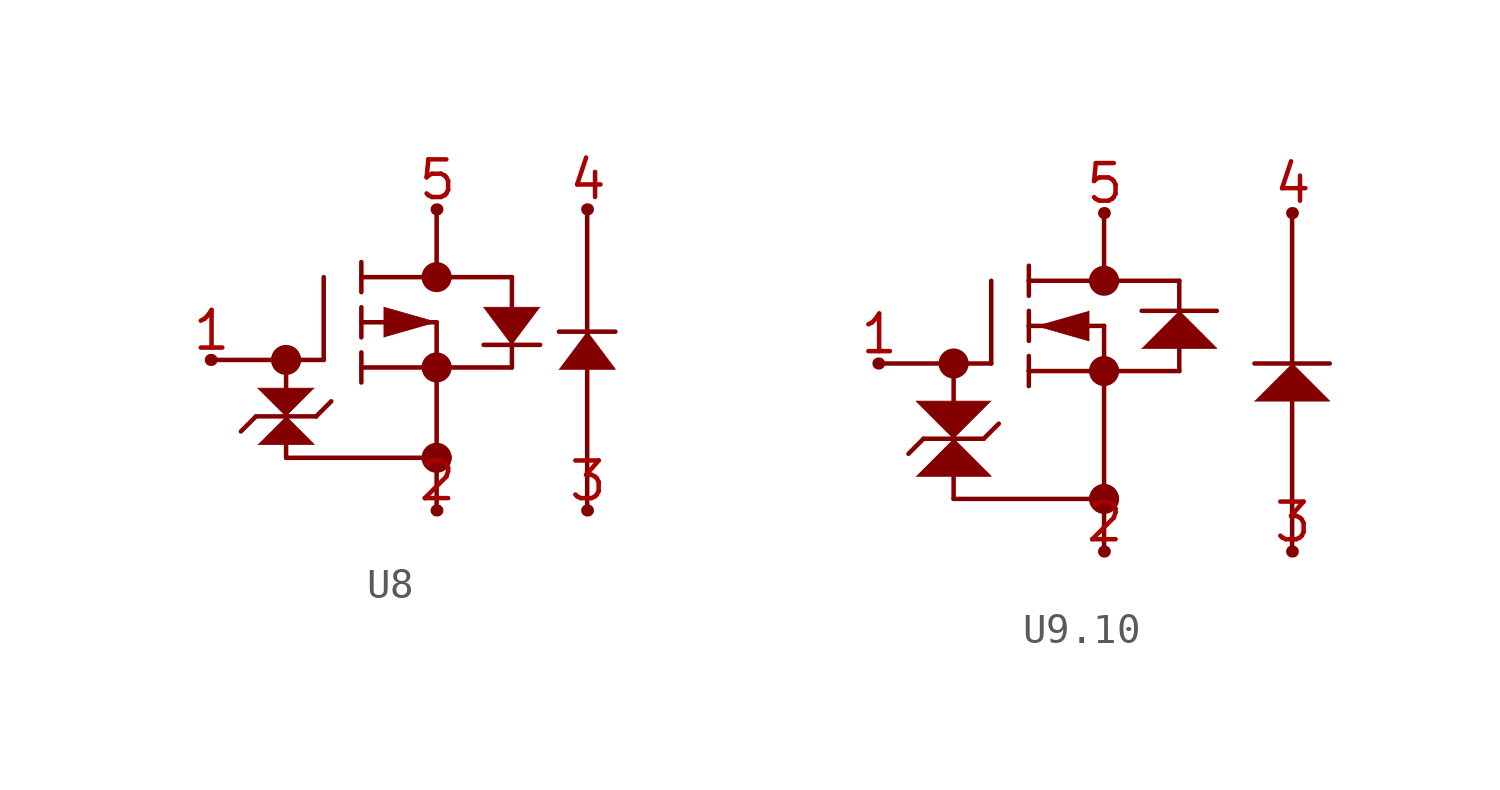
<source format=kicad_sym>
(kicad_symbol_lib
  (version 20231120)
  (generator "kicad_symbol_editor")
  (generator_version "8.0")
  (symbol "U8"
    (property "Reference" ""
      (at -6.706 3.175 0)
      (effects (font (size 1.27 1.079)) (justify left bottom) (hide yes)))
    (property "Value" ""
      (at -6.706 1.27 0)
      (effects (font (size 1.27 1.079)) (justify left bottom)))
    (property "ki_locked" ""
      (at 0 0 0)
      (effects (font (size 1.27 1.27))))
    (symbol "U8_1_0"
      (arc (start -2.8194 -2.54) (mid -2.5654 -2.794) (end -2.3114 -2.54) (stroke (width 0.508) (type solid)) (fill (type none)))
      (arc (start -2.3114 -2.54) (mid -2.5654 -2.286) (end -2.8194 -2.54) (stroke (width 0.508) (type solid)) (fill (type none)))
      (polyline (pts (xy -5.105 -2.54) (xy -2.819 -2.54)) (stroke (width 0.152) (type solid)) (fill (type none)))
      (polyline (pts (xy -5.08 -2.54) (xy -5.105 -2.54)) (stroke (width 0.406) (type solid)) (fill (type none)))
      (polyline (pts (xy -3.581 -4.445) (xy -4.089 -4.953)) (stroke (width 0.152) (type solid)) (fill (type none)))
      (polyline (pts (xy -3.581 -4.445) (xy -1.549 -4.445)) (stroke (width 0.152) (type solid)) (fill (type none)))
      (polyline (pts (xy -2.819 -2.54) (xy -2.565 -2.54)) (stroke (width 0.152) (type solid)) (fill (type none)))
      (polyline (pts (xy -2.565 -5.842) (xy 2.261 -5.842)) (stroke (width 0.152) (type solid)) (fill (type none)))
      (polyline (pts (xy -2.565 -2.54) (xy -2.565 -5.842)) (stroke (width 0.152) (type solid)) (fill (type none)))
      (polyline (pts (xy -2.565 -2.54) (xy -2.311 -2.54)) (stroke (width 0.152) (type solid)) (fill (type none)))
      (polyline (pts (xy -2.311 -2.54) (xy -1.295 -2.54)) (stroke (width 0.152) (type solid)) (fill (type none)))
      (polyline (pts (xy -1.549 -4.445) (xy -1.041 -3.937)) (stroke (width 0.152) (type solid)) (fill (type none)))
      (polyline (pts (xy -1.295 -2.54) (xy -1.295 0.254)) (stroke (width 0.152) (type solid)) (fill (type none)))
      (polyline (pts (xy -0.025 -3.302) (xy -0.025 -2.794)) (stroke (width 0.152) (type solid)) (fill (type none)))
      (polyline (pts (xy -0.025 -2.794) (xy -0.025 -2.286)) (stroke (width 0.152) (type solid)) (fill (type none)))
      (polyline (pts (xy -0.025 -2.794) (xy 2.261 -2.794)) (stroke (width 0.152) (type solid)) (fill (type none)))
      (polyline (pts (xy -0.025 -1.778) (xy -0.025 -0.762)) (stroke (width 0.152) (type solid)) (fill (type none)))
      (polyline (pts (xy -0.025 -1.27) (xy 2.515 -1.27)) (stroke (width 0.152) (type solid)) (fill (type none)))
      (polyline (pts (xy -0.025 -0.254) (xy -0.025 0.254)) (stroke (width 0.152) (type solid)) (fill (type none)))
      (polyline (pts (xy -0.025 0.254) (xy -0.025 0.762)) (stroke (width 0.152) (type solid)) (fill (type none)))
      (polyline (pts (xy 2.261 -5.842) (xy 2.515 -5.842)) (stroke (width 0.152) (type solid)) (fill (type none)))
      (polyline (pts (xy 2.261 -2.794) (xy 2.769 -2.794)) (stroke (width 0.152) (type solid)) (fill (type none)))
      (polyline (pts (xy 2.261 0.254) (xy -0.025 0.254)) (stroke (width 0.152) (type solid)) (fill (type none)))
      (polyline (pts (xy 2.515 -5.842) (xy 2.515 -7.62)) (stroke (width 0.152) (type solid)) (fill (type none)))
      (polyline (pts (xy 2.515 -1.27) (xy 2.515 -5.842)) (stroke (width 0.152) (type solid)) (fill (type none)))
      (polyline (pts (xy 2.515 0.254) (xy 2.261 0.254)) (stroke (width 0.152) (type solid)) (fill (type none)))
      (polyline (pts (xy 2.515 2.54) (xy 2.515 0.254)) (stroke (width 0.152) (type solid)) (fill (type none)))
      (polyline (pts (xy 2.54 -7.62) (xy 2.515 -7.62)) (stroke (width 0.406) (type solid)) (fill (type none)))
      (polyline (pts (xy 2.54 2.54) (xy 2.515 2.54)) (stroke (width 0.406) (type solid)) (fill (type none)))
      (polyline (pts (xy 2.769 -2.794) (xy 5.055 -2.794)) (stroke (width 0.152) (type solid)) (fill (type none)))
      (polyline (pts (xy 2.769 0.254) (xy 2.515 0.254)) (stroke (width 0.152) (type solid)) (fill (type none)))
      (polyline (pts (xy 4.102 -2.032) (xy 6.007 -2.032)) (stroke (width 0.152) (type solid)) (fill (type none)))
      (polyline (pts (xy 5.055 0.254) (xy 2.769 0.254)) (stroke (width 0.152) (type solid)) (fill (type none)))
      (polyline (pts (xy 5.055 0.254) (xy 5.055 -2.794)) (stroke (width 0.152) (type solid)) (fill (type none)))
      (polyline (pts (xy 7.595 2.54) (xy 7.595 -7.62)) (stroke (width 0.152) (type solid)) (fill (type none)))
      (polyline (pts (xy 7.62 -7.62) (xy 7.595 -7.62)) (stroke (width 0.406) (type solid)) (fill (type none)))
      (polyline (pts (xy 7.62 2.54) (xy 7.595 2.54)) (stroke (width 0.406) (type solid)) (fill (type none)))
      (polyline (pts (xy 8.547 -1.587) (xy 6.642 -1.587)) (stroke (width 0.152) (type solid)) (fill (type none)))
      (polyline (pts (xy -3.518 -5.397) (xy -1.613 -5.397) (xy -2.565 -4.445)) (stroke (width 0.025) (type solid)) (fill (type outline)))
      (polyline (pts (xy -1.613 -3.493) (xy -3.518 -3.493) (xy -2.565 -4.445)) (stroke (width 0.025) (type solid)) (fill (type outline)))
      (polyline (pts (xy 2.515 -1.27) (xy 0.737 -0.762) (xy 0.737 -1.778)) (stroke (width 0.025) (type solid)) (fill (type outline)))
      (polyline (pts (xy 6.007 -0.762) (xy 4.102 -0.762) (xy 5.055 -2.032)) (stroke (width 0.025) (type solid)) (fill (type outline)))
      (polyline (pts (xy 6.642 -2.857) (xy 8.547 -2.857) (xy 7.595 -1.587)) (stroke (width 0.025) (type solid)) (fill (type outline)))
      (arc (start 2.2606 -5.842) (mid 2.5146 -6.096) (end 2.7686 -5.842) (stroke (width 0.508) (type solid)) (fill (type none)))
      (arc (start 2.2606 -2.794) (mid 2.5146 -3.048) (end 2.7686 -2.794) (stroke (width 0.508) (type solid)) (fill (type none)))
      (arc (start 2.2606 0.254) (mid 2.5146 0) (end 2.7686 0.254) (stroke (width 0.508) (type solid)) (fill (type none)))
      (arc (start 2.7686 -5.842) (mid 2.5146 -5.588) (end 2.2606 -5.842) (stroke (width 0.508) (type solid)) (fill (type none)))
      (arc (start 2.7686 -2.794) (mid 2.5146 -2.54) (end 2.2606 -2.794) (stroke (width 0.508) (type solid)) (fill (type none)))
      (arc (start 2.7686 0.254) (mid 2.5146 0.508) (end 2.2606 0.254) (stroke (width 0.508) (type solid)) (fill (type none)))
      (pin passive line (at -5.08 -2.54 180) (length 0) (name "1" (effects (font (size 0 0)))) (number "1" (effects (font (size 1.27 1.27)))))
      (pin passive line (at 2.54 -7.62 180) (length 0) (name "2" (effects (font (size 0 0)))) (number "2" (effects (font (size 1.27 1.27)))))
      (pin passive line (at 7.62 -7.62 180) (length 0) (name "3" (effects (font (size 0 0)))) (number "3" (effects (font (size 1.27 1.27)))))
      (pin passive line (at 7.62 2.54 180) (length 0) (name "4" (effects (font (size 0 0)))) (number "4" (effects (font (size 1.27 1.27)))))
      (pin passive line (at 2.54 2.54 180) (length 0) (name "5" (effects (font (size 0 0)))) (number "5" (effects (font (size 1.27 1.27)))))))
  (symbol "U9.10"
    (property "Reference" ""
      (at -1.6 3.175 0)
      (effects (font (size 1.27 1.079)) (justify left bottom) (hide yes)))
    (property "Value" ""
      (at -1.6 1.27 0)
      (effects (font (size 1.27 1.079)) (justify left bottom)))
    (property "ki_locked" ""
      (at 0 0 0)
      (effects (font (size 1.27 1.27))))
    (symbol "U9.10_1_0"
      (polyline (pts (xy 0 -2.54) (xy 2.286 -2.54)) (stroke (width 0.152) (type solid)) (fill (type none)))
      (polyline (pts (xy 0.025 -2.54) (xy 0 -2.54)) (stroke (width 0.406) (type solid)) (fill (type none)))
      (polyline (pts (xy 1.524 -5.08) (xy 1.016 -5.588)) (stroke (width 0.152) (type solid)) (fill (type none)))
      (polyline (pts (xy 1.524 -5.08) (xy 3.556 -5.08)) (stroke (width 0.152) (type solid)) (fill (type none)))
      (polyline (pts (xy 2.286 -2.54) (xy 2.54 -2.54)) (stroke (width 0.152) (type solid)) (fill (type none)))
      (polyline (pts (xy 2.54 -7.112) (xy 7.366 -7.112)) (stroke (width 0.152) (type solid)) (fill (type none)))
      (polyline (pts (xy 2.54 -2.54) (xy 2.54 -7.112)) (stroke (width 0.152) (type solid)) (fill (type none)))
      (polyline (pts (xy 2.54 -2.54) (xy 2.794 -2.54)) (stroke (width 0.152) (type solid)) (fill (type none)))
      (polyline (pts (xy 2.794 -2.54) (xy 3.81 -2.54)) (stroke (width 0.152) (type solid)) (fill (type none)))
      (polyline (pts (xy 3.556 -5.08) (xy 4.064 -4.572)) (stroke (width 0.152) (type solid)) (fill (type none)))
      (polyline (pts (xy 3.81 -2.54) (xy 3.81 0.254)) (stroke (width 0.152) (type solid)) (fill (type none)))
      (polyline (pts (xy 5.08 -3.302) (xy 5.08 -2.794)) (stroke (width 0.152) (type solid)) (fill (type none)))
      (polyline (pts (xy 5.08 -2.794) (xy 5.08 -2.286)) (stroke (width 0.152) (type solid)) (fill (type none)))
      (polyline (pts (xy 5.08 -2.794) (xy 7.366 -2.794)) (stroke (width 0.152) (type solid)) (fill (type none)))
      (polyline (pts (xy 5.08 -1.778) (xy 5.08 -1.27)) (stroke (width 0.152) (type solid)) (fill (type none)))
      (polyline (pts (xy 5.08 -1.27) (xy 5.08 -0.762)) (stroke (width 0.152) (type solid)) (fill (type none)))
      (polyline (pts (xy 5.08 -0.254) (xy 5.08 0.254)) (stroke (width 0.152) (type solid)) (fill (type none)))
      (polyline (pts (xy 5.08 0.254) (xy 5.08 0.762)) (stroke (width 0.152) (type solid)) (fill (type none)))
      (polyline (pts (xy 7.366 -7.112) (xy 7.62 -7.112)) (stroke (width 0.152) (type solid)) (fill (type none)))
      (polyline (pts (xy 7.366 -2.794) (xy 7.874 -2.794)) (stroke (width 0.152) (type solid)) (fill (type none)))
      (polyline (pts (xy 7.366 0.254) (xy 5.08 0.254)) (stroke (width 0.152) (type solid)) (fill (type none)))
      (polyline (pts (xy 7.62 -7.112) (xy 7.62 -8.89)) (stroke (width 0.152) (type solid)) (fill (type none)))
      (polyline (pts (xy 7.62 -6.858) (xy 7.874 -6.858)) (stroke (width 0.152) (type solid)) (fill (type none)))
      (polyline (pts (xy 7.62 -1.27) (xy 5.08 -1.27)) (stroke (width 0.152) (type solid)) (fill (type none)))
      (polyline (pts (xy 7.62 -1.27) (xy 7.62 -6.858)) (stroke (width 0.152) (type solid)) (fill (type none)))
      (polyline (pts (xy 7.62 0.254) (xy 7.366 0.254)) (stroke (width 0.152) (type solid)) (fill (type none)))
      (polyline (pts (xy 7.62 2.54) (xy 7.62 0.254)) (stroke (width 0.152) (type solid)) (fill (type none)))
      (polyline (pts (xy 7.645 -8.89) (xy 7.62 -8.89)) (stroke (width 0.406) (type solid)) (fill (type none)))
      (polyline (pts (xy 7.645 2.54) (xy 7.62 2.54)) (stroke (width 0.406) (type solid)) (fill (type none)))
      (polyline (pts (xy 7.874 -2.794) (xy 10.16 -2.794)) (stroke (width 0.152) (type solid)) (fill (type none)))
      (polyline (pts (xy 7.874 0.254) (xy 7.62 0.254)) (stroke (width 0.152) (type solid)) (fill (type none)))
      (polyline (pts (xy 10.16 -0.762) (xy 8.89 -0.762)) (stroke (width 0.152) (type solid)) (fill (type none)))
      (polyline (pts (xy 10.16 -0.762) (xy 10.16 -2.794)) (stroke (width 0.152) (type solid)) (fill (type none)))
      (polyline (pts (xy 10.16 0.254) (xy 7.874 0.254)) (stroke (width 0.152) (type solid)) (fill (type none)))
      (polyline (pts (xy 10.16 0.254) (xy 10.16 -0.762)) (stroke (width 0.152) (type solid)) (fill (type none)))
      (polyline (pts (xy 11.43 -0.762) (xy 10.16 -0.762)) (stroke (width 0.152) (type solid)) (fill (type none)))
      (polyline (pts (xy 13.97 2.54) (xy 13.97 -8.89)) (stroke (width 0.152) (type solid)) (fill (type none)))
      (polyline (pts (xy 13.995 -8.89) (xy 13.97 -8.89)) (stroke (width 0.406) (type solid)) (fill (type none)))
      (polyline (pts (xy 13.995 2.54) (xy 13.97 2.54)) (stroke (width 0.406) (type solid)) (fill (type none)))
      (polyline (pts (xy 15.24 -2.54) (xy 12.7 -2.54)) (stroke (width 0.152) (type solid)) (fill (type none)))
      (polyline (pts (xy 1.27 -6.35) (xy 3.81 -6.35) (xy 2.54 -5.08)) (stroke (width 0.025) (type solid)) (fill (type outline)))
      (polyline (pts (xy 3.81 -3.81) (xy 1.27 -3.81) (xy 2.54 -5.08)) (stroke (width 0.025) (type solid)) (fill (type outline)))
      (polyline (pts (xy 5.334 -1.27) (xy 7.112 -1.778) (xy 7.112 -0.762)) (stroke (width 0.025) (type solid)) (fill (type outline)))
      (polyline (pts (xy 8.89 -2.032) (xy 11.43 -2.032) (xy 10.16 -0.762)) (stroke (width 0.025) (type solid)) (fill (type outline)))
      (polyline (pts (xy 12.7 -3.81) (xy 15.24 -3.81) (xy 13.97 -2.54)) (stroke (width 0.025) (type solid)) (fill (type outline)))
      (arc (start 2.286 -2.54) (mid 2.54 -2.794) (end 2.794 -2.54) (stroke (width 0.508) (type solid)) (fill (type none)))
      (arc (start 2.794 -2.54) (mid 2.54 -2.286) (end 2.286 -2.54) (stroke (width 0.508) (type solid)) (fill (type none)))
      (arc (start 7.366 -7.112) (mid 7.62 -7.366) (end 7.874 -7.112) (stroke (width 0.508) (type solid)) (fill (type none)))
      (arc (start 7.366 -2.794) (mid 7.62 -3.048) (end 7.874 -2.794) (stroke (width 0.508) (type solid)) (fill (type none)))
      (arc (start 7.366 0.254) (mid 7.62 0) (end 7.874 0.254) (stroke (width 0.508) (type solid)) (fill (type none)))
      (arc (start 7.874 -7.112) (mid 7.62 -6.858) (end 7.366 -7.112) (stroke (width 0.508) (type solid)) (fill (type none)))
      (arc (start 7.874 -2.794) (mid 7.62 -2.54) (end 7.366 -2.794) (stroke (width 0.508) (type solid)) (fill (type none)))
      (arc (start 7.874 0.254) (mid 7.62 0.508) (end 7.366 0.254) (stroke (width 0.508) (type solid)) (fill (type none)))
      (pin passive line (at 0.025 -2.54 180) (length 0) (name "1" (effects (font (size 0 0)))) (number "1" (effects (font (size 1.27 1.27)))))
      (pin passive line (at 7.645 -8.89 180) (length 0) (name "2" (effects (font (size 0 0)))) (number "2" (effects (font (size 1.27 1.27)))))
      (pin passive line (at 13.995 -8.89 180) (length 0) (name "3" (effects (font (size 0 0)))) (number "3" (effects (font (size 1.27 1.27)))))
      (pin passive line (at 13.995 2.54 180) (length 0) (name "4" (effects (font (size 0 0)))) (number "4" (effects (font (size 1.27 1.27)))))
      (pin passive line (at 7.645 2.54 180) (length 0) (name "5" (effects (font (size 0 0)))) (number "5" (effects (font (size 1.27 1.27))))))))
</source>
